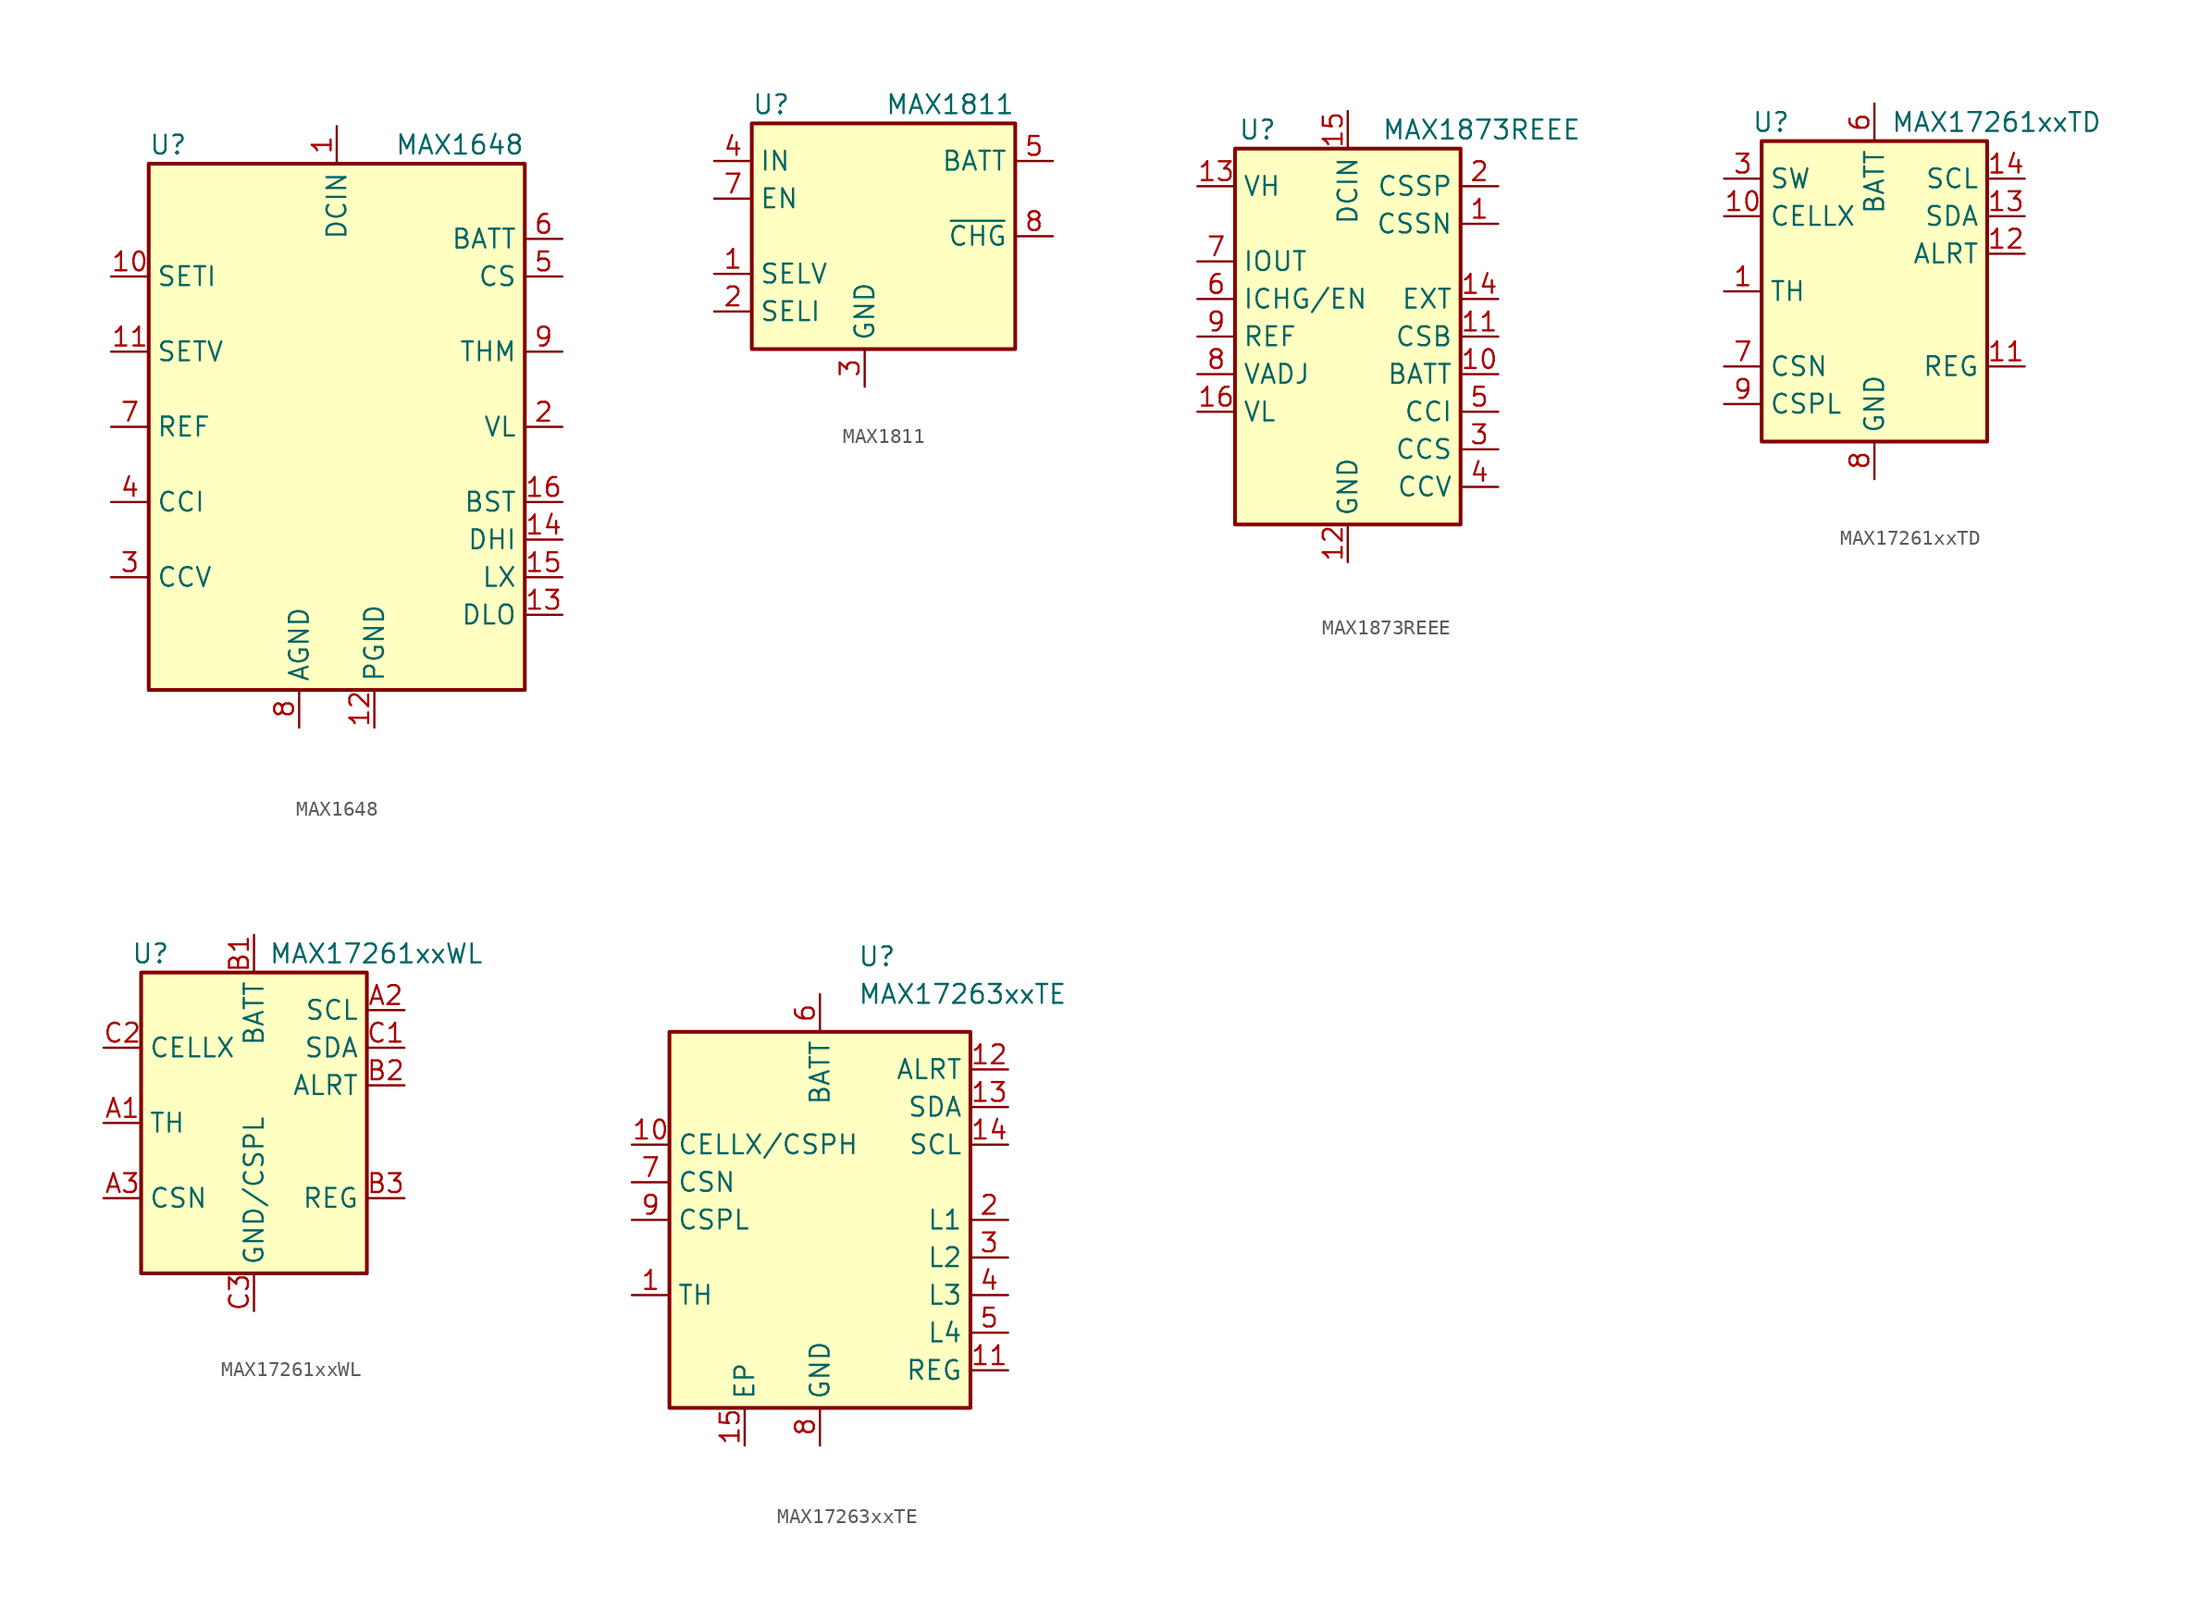
<source format=kicad_sym>
(kicad_symbol_lib
  (version 20241209)
  (generator "kicad_symbol_editor")
  (generator_version "9.0")
  (symbol "MAX1648"
    (property "Reference" "U"
      (at -12.7 19.05 0)
      (effects (font (size 1.27 1.27)) (justify left)))
    (property "Value" "MAX1648"
      (at 12.7 19.05 0)
      (effects (font (size 1.27 1.27)) (justify right)))
    (symbol "MAX1648_0_1"
      (rectangle (start -12.7 17.78) (end 12.7 -17.78) (stroke (width 0.254) (type default)) (fill (type background))))
    (symbol "MAX1648_1_1"
      (pin input line (at -15.24 10.16 0) (length 2.54) (name "SETI" (effects (font (size 1.27 1.27)))) (number "10" (effects (font (size 1.27 1.27)))))
      (pin input line (at -15.24 5.08 0) (length 2.54) (name "SETV" (effects (font (size 1.27 1.27)))) (number "11" (effects (font (size 1.27 1.27)))))
      (pin bidirectional line (at -15.24 0 0) (length 2.54) (name "REF" (effects (font (size 1.27 1.27)))) (number "7" (effects (font (size 1.27 1.27)))))
      (pin passive line (at -15.24 -5.08 0) (length 2.54) (name "CCI" (effects (font (size 1.27 1.27)))) (number "4" (effects (font (size 1.27 1.27)))))
      (pin passive line (at -15.24 -10.16 0) (length 2.54) (name "CCV" (effects (font (size 1.27 1.27)))) (number "3" (effects (font (size 1.27 1.27)))))
      (pin power_in line (at -2.54 -20.32 90) (length 2.54) (name "AGND" (effects (font (size 1.27 1.27)))) (number "8" (effects (font (size 1.27 1.27)))))
      (pin power_in line (at 0 20.32 270) (length 2.54) (name "DCIN" (effects (font (size 1.27 1.27)))) (number "1" (effects (font (size 1.27 1.27)))))
      (pin power_in line (at 2.54 -20.32 90) (length 2.54) (name "PGND" (effects (font (size 1.27 1.27)))) (number "12" (effects (font (size 1.27 1.27)))))
      (pin input line (at 15.24 12.7 180) (length 2.54) (name "BATT" (effects (font (size 1.27 1.27)))) (number "6" (effects (font (size 1.27 1.27)))))
      (pin input line (at 15.24 10.16 180) (length 2.54) (name "CS" (effects (font (size 1.27 1.27)))) (number "5" (effects (font (size 1.27 1.27)))))
      (pin input line (at 15.24 5.08 180) (length 2.54) (name "THM" (effects (font (size 1.27 1.27)))) (number "9" (effects (font (size 1.27 1.27)))))
      (pin power_out line (at 15.24 0 180) (length 2.54) (name "VL" (effects (font (size 1.27 1.27)))) (number "2" (effects (font (size 1.27 1.27)))))
      (pin power_in line (at 15.24 -5.08 180) (length 2.54) (name "BST" (effects (font (size 1.27 1.27)))) (number "16" (effects (font (size 1.27 1.27)))))
      (pin output line (at 15.24 -7.62 180) (length 2.54) (name "DHI" (effects (font (size 1.27 1.27)))) (number "14" (effects (font (size 1.27 1.27)))))
      (pin input line (at 15.24 -10.16 180) (length 2.54) (name "LX" (effects (font (size 1.27 1.27)))) (number "15" (effects (font (size 1.27 1.27)))))
      (pin output line (at 15.24 -12.7 180) (length 2.54) (name "DLO" (effects (font (size 1.27 1.27)))) (number "13" (effects (font (size 1.27 1.27)))))))
  (symbol "MAX1811"
    (property "Reference" "U"
      (at -7.62 8.89 0)
      (effects (font (size 1.27 1.27)) (justify left)))
    (property "Value" "MAX1811"
      (at 10.16 8.89 0)
      (effects (font (size 1.27 1.27)) (justify right)))
    (symbol "MAX1811_0_1"
      (rectangle (start -7.62 7.62) (end 10.16 -7.62) (stroke (width 0.254) (type default)) (fill (type background))))
    (symbol "MAX1811_1_1"
      (pin power_in line (at -10.16 5.08 0) (length 2.54) (name "IN" (effects (font (size 1.27 1.27)))) (number "4" (effects (font (size 1.27 1.27)))))
      (pin input line (at -10.16 2.54 0) (length 2.54) (name "EN" (effects (font (size 1.27 1.27)))) (number "7" (effects (font (size 1.27 1.27)))))
      (pin input line (at -10.16 -2.54 0) (length 2.54) (name "SELV" (effects (font (size 1.27 1.27)))) (number "1" (effects (font (size 1.27 1.27)))))
      (pin input line (at -10.16 -5.08 0) (length 2.54) (name "SELI" (effects (font (size 1.27 1.27)))) (number "2" (effects (font (size 1.27 1.27)))))
      (pin power_in line (at 0 -10.16 90) (length 2.54) (name "GND" (effects (font (size 1.27 1.27)))) (number "3" (effects (font (size 1.27 1.27)))))
      (pin passive line (at 0 -10.16 90) (length 2.54) (hide yes) (name "GND" (effects (font (size 1.27 1.27)))) (number "6" (effects (font (size 1.27 1.27)))))
      (pin power_out line (at 12.7 5.08 180) (length 2.54) (name "BATT" (effects (font (size 1.27 1.27)))) (number "5" (effects (font (size 1.27 1.27)))))
      (pin open_collector line (at 12.7 0 180) (length 2.54) (name "~{CHG}" (effects (font (size 1.27 1.27)))) (number "8" (effects (font (size 1.27 1.27)))))))
  (symbol "MAX1873REEE"
    (property "Reference" "U"
      (at -6.096 13.97 0)
      (effects (font (size 1.27 1.27))))
    (property "Value" "MAX1873REEE"
      (at 2.286 13.97 0)
      (effects (font (size 1.27 1.27)) (justify left)))
    (symbol "MAX1873REEE_0_1"
      (rectangle (start -7.62 12.7) (end 7.62 -12.7) (stroke (width 0.254) (type default)) (fill (type background))))
    (symbol "MAX1873REEE_1_1"
      (pin input line (at -10.16 10.16 0) (length 2.54) (name "VH" (effects (font (size 1.27 1.27)))) (number "13" (effects (font (size 1.27 1.27)))))
      (pin output line (at -10.16 5.08 0) (length 2.54) (name "IOUT" (effects (font (size 1.27 1.27)))) (number "7" (effects (font (size 1.27 1.27)))))
      (pin input line (at -10.16 2.54 0) (length 2.54) (name "ICHG/EN" (effects (font (size 1.27 1.27)))) (number "6" (effects (font (size 1.27 1.27)))))
      (pin output line (at -10.16 0 0) (length 2.54) (name "REF" (effects (font (size 1.27 1.27)))) (number "9" (effects (font (size 1.27 1.27)))))
      (pin input line (at -10.16 -2.54 0) (length 2.54) (name "VADJ" (effects (font (size 1.27 1.27)))) (number "8" (effects (font (size 1.27 1.27)))))
      (pin input line (at -10.16 -5.08 0) (length 2.54) (name "VL" (effects (font (size 1.27 1.27)))) (number "16" (effects (font (size 1.27 1.27)))))
      (pin power_in line (at 0 15.24 270) (length 2.54) (name "DCIN" (effects (font (size 1.27 1.27)))) (number "15" (effects (font (size 1.27 1.27)))))
      (pin power_in line (at 0 -15.24 90) (length 2.54) (name "GND" (effects (font (size 1.27 1.27)))) (number "12" (effects (font (size 1.27 1.27)))))
      (pin input line (at 10.16 10.16 180) (length 2.54) (name "CSSP" (effects (font (size 1.27 1.27)))) (number "2" (effects (font (size 1.27 1.27)))))
      (pin input line (at 10.16 7.62 180) (length 2.54) (name "CSSN" (effects (font (size 1.27 1.27)))) (number "1" (effects (font (size 1.27 1.27)))))
      (pin output line (at 10.16 2.54 180) (length 2.54) (name "EXT" (effects (font (size 1.27 1.27)))) (number "14" (effects (font (size 1.27 1.27)))))
      (pin input line (at 10.16 0 180) (length 2.54) (name "CSB" (effects (font (size 1.27 1.27)))) (number "11" (effects (font (size 1.27 1.27)))))
      (pin input line (at 10.16 -2.54 180) (length 2.54) (name "BATT" (effects (font (size 1.27 1.27)))) (number "10" (effects (font (size 1.27 1.27)))))
      (pin input line (at 10.16 -5.08 180) (length 2.54) (name "CCI" (effects (font (size 1.27 1.27)))) (number "5" (effects (font (size 1.27 1.27)))))
      (pin input line (at 10.16 -7.62 180) (length 2.54) (name "CCS" (effects (font (size 1.27 1.27)))) (number "3" (effects (font (size 1.27 1.27)))))
      (pin input line (at 10.16 -10.16 180) (length 2.54) (name "CCV" (effects (font (size 1.27 1.27)))) (number "4" (effects (font (size 1.27 1.27)))))))
  (symbol "MAX17261xxTD"
    (property "Reference" "U"
      (at -6.985 11.43 0)
      (effects (font (size 1.27 1.27))))
    (property "Value" "MAX17261xxTD"
      (at 8.255 11.43 0)
      (effects (font (size 1.27 1.27))))
    (symbol "MAX17261xxTD_0_1"
      (rectangle (start -7.62 10.16) (end 7.62 -10.16) (stroke (width 0.254) (type default)) (fill (type background))))
    (symbol "MAX17261xxTD_1_1"
      (pin output line (at -10.16 7.62 0) (length 2.54) (name "SW" (effects (font (size 1.27 1.27)))) (number "3" (effects (font (size 1.27 1.27)))))
      (pin input line (at -10.16 5.08 0) (length 2.54) (name "CELLX" (effects (font (size 1.27 1.27)))) (number "10" (effects (font (size 1.27 1.27)))))
      (pin passive line (at -10.16 0 0) (length 2.54) (name "TH" (effects (font (size 1.27 1.27)))) (number "1" (effects (font (size 1.27 1.27)))))
      (pin passive line (at -10.16 -5.08 0) (length 2.54) (name "CSN" (effects (font (size 1.27 1.27)))) (number "7" (effects (font (size 1.27 1.27)))))
      (pin passive line (at -10.16 -7.62 0) (length 2.54) (name "CSPL" (effects (font (size 1.27 1.27)))) (number "9" (effects (font (size 1.27 1.27)))))
      (pin no_connect line (at -2.54 -10.16 90) (length 2.54) (hide yes) (name "NC" (effects (font (size 1.27 1.27)))) (number "4" (effects (font (size 1.27 1.27)))))
      (pin power_in line (at 0 12.7 270) (length 2.54) (name "BATT" (effects (font (size 1.27 1.27)))) (number "6" (effects (font (size 1.27 1.27)))))
      (pin passive line (at 0 -12.7 90) (length 2.54) (hide yes) (name "GND" (effects (font (size 1.27 1.27)))) (number "15" (effects (font (size 1.27 1.27)))))
      (pin power_in line (at 0 -12.7 90) (length 2.54) (name "GND" (effects (font (size 1.27 1.27)))) (number "8" (effects (font (size 1.27 1.27)))))
      (pin no_connect line (at 2.54 -10.16 90) (length 2.54) (hide yes) (name "NC" (effects (font (size 1.27 1.27)))) (number "2" (effects (font (size 1.27 1.27)))))
      (pin no_connect line (at 5.08 -10.16 90) (length 2.54) (hide yes) (name "NC" (effects (font (size 1.27 1.27)))) (number "5" (effects (font (size 1.27 1.27)))))
      (pin input line (at 10.16 7.62 180) (length 2.54) (name "SCL" (effects (font (size 1.27 1.27)))) (number "14" (effects (font (size 1.27 1.27)))))
      (pin bidirectional line (at 10.16 5.08 180) (length 2.54) (name "SDA" (effects (font (size 1.27 1.27)))) (number "13" (effects (font (size 1.27 1.27)))))
      (pin open_collector line (at 10.16 2.54 180) (length 2.54) (name "ALRT" (effects (font (size 1.27 1.27)))) (number "12" (effects (font (size 1.27 1.27)))))
      (pin power_out line (at 10.16 -5.08 180) (length 2.54) (name "REG" (effects (font (size 1.27 1.27)))) (number "11" (effects (font (size 1.27 1.27)))))))
  (symbol "MAX17261xxWL"
    (property "Reference" "U"
      (at -6.985 11.43 0)
      (effects (font (size 1.27 1.27))))
    (property "Value" "MAX17261xxWL"
      (at 8.255 11.43 0)
      (effects (font (size 1.27 1.27))))
    (symbol "MAX17261xxWL_0_1"
      (rectangle (start -7.62 10.16) (end 7.62 -10.16) (stroke (width 0.254) (type default)) (fill (type background))))
    (symbol "MAX17261xxWL_1_1"
      (pin input line (at -10.16 5.08 0) (length 2.54) (name "CELLX" (effects (font (size 1.27 1.27)))) (number "C2" (effects (font (size 1.27 1.27)))))
      (pin passive line (at -10.16 0 0) (length 2.54) (name "TH" (effects (font (size 1.27 1.27)))) (number "A1" (effects (font (size 1.27 1.27)))))
      (pin passive line (at -10.16 -5.08 0) (length 2.54) (name "CSN" (effects (font (size 1.27 1.27)))) (number "A3" (effects (font (size 1.27 1.27)))))
      (pin power_in line (at 0 12.7 270) (length 2.54) (name "BATT" (effects (font (size 1.27 1.27)))) (number "B1" (effects (font (size 1.27 1.27)))))
      (pin power_in line (at 0 -12.7 90) (length 2.54) (name "GND/CSPL" (effects (font (size 1.27 1.27)))) (number "C3" (effects (font (size 1.27 1.27)))))
      (pin input line (at 10.16 7.62 180) (length 2.54) (name "SCL" (effects (font (size 1.27 1.27)))) (number "A2" (effects (font (size 1.27 1.27)))))
      (pin bidirectional line (at 10.16 5.08 180) (length 2.54) (name "SDA" (effects (font (size 1.27 1.27)))) (number "C1" (effects (font (size 1.27 1.27)))))
      (pin open_collector line (at 10.16 2.54 180) (length 2.54) (name "ALRT" (effects (font (size 1.27 1.27)))) (number "B2" (effects (font (size 1.27 1.27)))))
      (pin power_out line (at 10.16 -5.08 180) (length 2.54) (name "REG" (effects (font (size 1.27 1.27)))) (number "B3" (effects (font (size 1.27 1.27)))))))
  (symbol "MAX17263xxTE"
    (property "Reference" "U"
      (at 2.54 17.78 0)
      (effects (font (size 1.27 1.27)) (justify left)))
    (property "Value" "MAX17263xxTE"
      (at 2.54 15.24 0)
      (effects (font (size 1.27 1.27)) (justify left)))
    (symbol "MAX17263xxTE_0_1"
      (rectangle (start -10.16 12.7) (end 10.16 -12.7) (stroke (width 0.254) (type default)) (fill (type background))))
    (symbol "MAX17263xxTE_1_1"
      (pin input line (at -12.7 5.08 0) (length 2.54) (name "CELLX/CSPH" (effects (font (size 1.27 1.27)))) (number "10" (effects (font (size 1.27 1.27)))))
      (pin input line (at -12.7 2.54 0) (length 2.54) (name "CSN" (effects (font (size 1.27 1.27)))) (number "7" (effects (font (size 1.27 1.27)))))
      (pin input line (at -12.7 0 0) (length 2.54) (name "CSPL" (effects (font (size 1.27 1.27)))) (number "9" (effects (font (size 1.27 1.27)))))
      (pin passive line (at -12.7 -5.08 0) (length 2.54) (name "TH" (effects (font (size 1.27 1.27)))) (number "1" (effects (font (size 1.27 1.27)))))
      (pin passive line (at -5.08 -15.24 90) (length 2.54) (name "EP" (effects (font (size 1.27 1.27)))) (number "15" (effects (font (size 1.27 1.27)))))
      (pin power_in line (at 0 15.24 270) (length 2.54) (name "BATT" (effects (font (size 1.27 1.27)))) (number "6" (effects (font (size 1.27 1.27)))))
      (pin power_in line (at 0 -15.24 90) (length 2.54) (name "GND" (effects (font (size 1.27 1.27)))) (number "8" (effects (font (size 1.27 1.27)))))
      (pin open_collector line (at 12.7 10.16 180) (length 2.54) (name "ALRT" (effects (font (size 1.27 1.27)))) (number "12" (effects (font (size 1.27 1.27)))))
      (pin bidirectional line (at 12.7 7.62 180) (length 2.54) (name "SDA" (effects (font (size 1.27 1.27)))) (number "13" (effects (font (size 1.27 1.27)))))
      (pin input line (at 12.7 5.08 180) (length 2.54) (name "SCL" (effects (font (size 1.27 1.27)))) (number "14" (effects (font (size 1.27 1.27)))))
      (pin bidirectional line (at 12.7 0 180) (length 2.54) (name "L1" (effects (font (size 1.27 1.27)))) (number "2" (effects (font (size 1.27 1.27)))))
      (pin output line (at 12.7 -2.54 180) (length 2.54) (name "L2" (effects (font (size 1.27 1.27)))) (number "3" (effects (font (size 1.27 1.27)))))
      (pin output line (at 12.7 -5.08 180) (length 2.54) (name "L3" (effects (font (size 1.27 1.27)))) (number "4" (effects (font (size 1.27 1.27)))))
      (pin output line (at 12.7 -7.62 180) (length 2.54) (name "L4" (effects (font (size 1.27 1.27)))) (number "5" (effects (font (size 1.27 1.27)))))
      (pin power_out line (at 12.7 -10.16 180) (length 2.54) (name "REG" (effects (font (size 1.27 1.27)))) (number "11" (effects (font (size 1.27 1.27))))))))
</source>
